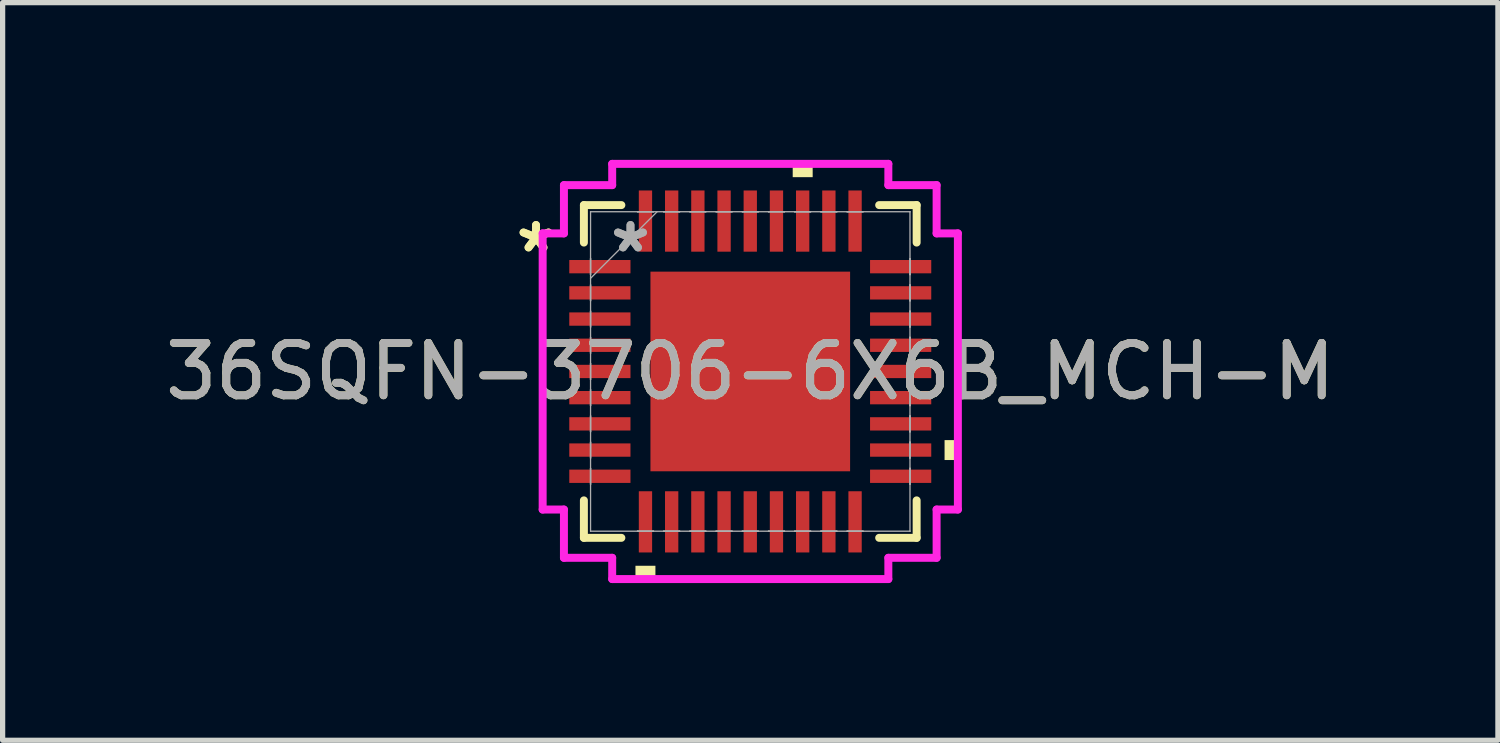
<source format=kicad_pcb>
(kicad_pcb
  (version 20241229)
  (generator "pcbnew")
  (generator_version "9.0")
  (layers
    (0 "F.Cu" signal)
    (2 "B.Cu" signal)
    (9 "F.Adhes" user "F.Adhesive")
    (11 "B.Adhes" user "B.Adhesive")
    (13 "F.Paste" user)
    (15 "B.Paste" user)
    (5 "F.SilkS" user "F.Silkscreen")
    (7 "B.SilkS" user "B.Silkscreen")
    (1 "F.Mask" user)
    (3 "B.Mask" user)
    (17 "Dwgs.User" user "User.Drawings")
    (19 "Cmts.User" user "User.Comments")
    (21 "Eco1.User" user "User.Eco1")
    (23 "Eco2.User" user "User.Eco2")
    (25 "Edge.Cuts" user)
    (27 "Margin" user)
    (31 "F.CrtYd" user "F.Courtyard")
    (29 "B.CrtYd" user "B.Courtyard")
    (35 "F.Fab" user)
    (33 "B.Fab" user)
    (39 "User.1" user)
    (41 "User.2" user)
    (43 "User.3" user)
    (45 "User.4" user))
  (footprint "36SQFN-3706-6X6B_MCH-M"
    (layer "F.Cu")
    (at 11.268 4.039)
    (property "Reference" "36SQFN-3706-6X6B_MCH-M" (at 0 0 0) (unlocked yes) (layer "F.SilkS") (effects (font (size 1 1) (thickness 0.15))))
    (attr smd)
    (fp_line (start -3.175 -3.175) (end -3.175 -2.46) (stroke (width 0.152) (type solid)) (layer "F.SilkS"))
    (fp_line (start -3.175 2.46) (end -3.175 3.175) (stroke (width 0.152) (type solid)) (layer "F.SilkS"))
    (fp_line (start -3.175 3.175) (end -2.46 3.175) (stroke (width 0.152) (type solid)) (layer "F.SilkS"))
    (fp_line (start -2.46 -3.175) (end -3.175 -3.175) (stroke (width 0.152) (type solid)) (layer "F.SilkS"))
    (fp_line (start 2.46 3.175) (end 3.175 3.175) (stroke (width 0.152) (type solid)) (layer "F.SilkS"))
    (fp_line (start 3.175 -3.175) (end 2.46 -3.175) (stroke (width 0.152) (type solid)) (layer "F.SilkS"))
    (fp_line (start 3.175 -2.46) (end 3.175 -3.175) (stroke (width 0.152) (type solid)) (layer "F.SilkS"))
    (fp_line (start 3.175 3.175) (end 3.175 2.46) (stroke (width 0.152) (type solid)) (layer "F.SilkS"))
    (fp_poly (pts (xy -2.191 3.708) (xy -2.191 3.962) (xy -1.81 3.962) (xy -1.81 3.708)) (stroke (width 0) (type solid)) (fill yes) (layer "F.SilkS"))
    (fp_poly (pts (xy 0.81 -3.708) (xy 0.81 -3.962) (xy 1.191 -3.962) (xy 1.191 -3.708)) (stroke (width 0) (type solid)) (fill yes) (layer "F.SilkS"))
    (fp_poly (pts (xy 3.962 1.31) (xy 3.962 1.69) (xy 3.708 1.69) (xy 3.708 1.31)) (stroke (width 0) (type solid)) (fill yes) (layer "F.SilkS"))
    (fp_poly (pts (xy -1.805 -1.805) (xy -1.805 -0.735) (xy -0.735 -0.735) (xy -0.735 -1.805)) (stroke (width 0) (type solid)) (fill yes) (layer "F.Paste"))
    (fp_poly (pts (xy -1.805 -0.535) (xy -1.805 0.535) (xy -0.735 0.535) (xy -0.735 -0.535)) (stroke (width 0) (type solid)) (fill yes) (layer "F.Paste"))
    (fp_poly (pts (xy -1.805 0.735) (xy -1.805 1.805) (xy -0.735 1.805) (xy -0.735 0.735)) (stroke (width 0) (type solid)) (fill yes) (layer "F.Paste"))
    (fp_poly (pts (xy -0.535 -1.805) (xy -0.535 -0.735) (xy 0.535 -0.735) (xy 0.535 -1.805)) (stroke (width 0) (type solid)) (fill yes) (layer "F.Paste"))
    (fp_poly (pts (xy -0.535 -0.535) (xy -0.535 0.535) (xy 0.535 0.535) (xy 0.535 -0.535)) (stroke (width 0) (type solid)) (fill yes) (layer "F.Paste"))
    (fp_poly (pts (xy -0.535 0.735) (xy -0.535 1.805) (xy 0.535 1.805) (xy 0.535 0.735)) (stroke (width 0) (type solid)) (fill yes) (layer "F.Paste"))
    (fp_poly (pts (xy 0.735 -1.805) (xy 0.735 -0.735) (xy 1.805 -0.735) (xy 1.805 -1.805)) (stroke (width 0) (type solid)) (fill yes) (layer "F.Paste"))
    (fp_poly (pts (xy 0.735 -0.535) (xy 0.735 0.535) (xy 1.805 0.535) (xy 1.805 -0.535)) (stroke (width 0) (type solid)) (fill yes) (layer "F.Paste"))
    (fp_poly (pts (xy 0.735 0.735) (xy 0.735 1.805) (xy 1.805 1.805) (xy 1.805 0.735)) (stroke (width 0) (type solid)) (fill yes) (layer "F.Paste"))
    (fp_line (start -3.962 -2.635) (end -3.556 -2.635) (stroke (width 0.152) (type solid)) (layer "F.CrtYd"))
    (fp_line (start -3.962 2.635) (end -3.962 -2.635) (stroke (width 0.152) (type solid)) (layer "F.CrtYd"))
    (fp_line (start -3.556 -3.556) (end -2.635 -3.556) (stroke (width 0.152) (type solid)) (layer "F.CrtYd"))
    (fp_line (start -3.556 -2.635) (end -3.556 -3.556) (stroke (width 0.152) (type solid)) (layer "F.CrtYd"))
    (fp_line (start -3.556 2.635) (end -3.962 2.635) (stroke (width 0.152) (type solid)) (layer "F.CrtYd"))
    (fp_line (start -3.556 3.556) (end -3.556 2.635) (stroke (width 0.152) (type solid)) (layer "F.CrtYd"))
    (fp_line (start -2.635 -3.962) (end 2.635 -3.962) (stroke (width 0.152) (type solid)) (layer "F.CrtYd"))
    (fp_line (start -2.635 -3.556) (end -2.635 -3.962) (stroke (width 0.152) (type solid)) (layer "F.CrtYd"))
    (fp_line (start -2.635 3.556) (end -3.556 3.556) (stroke (width 0.152) (type solid)) (layer "F.CrtYd"))
    (fp_line (start -2.635 3.962) (end -2.635 3.556) (stroke (width 0.152) (type solid)) (layer "F.CrtYd"))
    (fp_line (start 2.635 -3.962) (end 2.635 -3.556) (stroke (width 0.152) (type solid)) (layer "F.CrtYd"))
    (fp_line (start 2.635 -3.556) (end 3.556 -3.556) (stroke (width 0.152) (type solid)) (layer "F.CrtYd"))
    (fp_line (start 2.635 3.556) (end 2.635 3.962) (stroke (width 0.152) (type solid)) (layer "F.CrtYd"))
    (fp_line (start 2.635 3.962) (end -2.635 3.962) (stroke (width 0.152) (type solid)) (layer "F.CrtYd"))
    (fp_line (start 3.556 -3.556) (end 3.556 -2.635) (stroke (width 0.152) (type solid)) (layer "F.CrtYd"))
    (fp_line (start 3.556 -2.635) (end 3.962 -2.635) (stroke (width 0.152) (type solid)) (layer "F.CrtYd"))
    (fp_line (start 3.556 2.635) (end 3.556 3.556) (stroke (width 0.152) (type solid)) (layer "F.CrtYd"))
    (fp_line (start 3.556 3.556) (end 2.635 3.556) (stroke (width 0.152) (type solid)) (layer "F.CrtYd"))
    (fp_line (start 3.962 -2.635) (end 3.962 2.635) (stroke (width 0.152) (type solid)) (layer "F.CrtYd"))
    (fp_line (start 3.962 2.635) (end 3.556 2.635) (stroke (width 0.152) (type solid)) (layer "F.CrtYd"))
    (fp_line (start -3.048 -3.048) (end -3.048 -3.048) (stroke (width 0.025) (type solid)) (layer "F.Fab"))
    (fp_line (start -3.048 -3.048) (end -3.048 3.048) (stroke (width 0.025) (type solid)) (layer "F.Fab"))
    (fp_line (start -3.048 -2.152) (end -3.048 -2.152) (stroke (width 0.025) (type solid)) (layer "F.Fab"))
    (fp_line (start -3.048 -2.152) (end -3.048 -1.848) (stroke (width 0.025) (type solid)) (layer "F.Fab"))
    (fp_line (start -3.048 -1.848) (end -3.048 -2.152) (stroke (width 0.025) (type solid)) (layer "F.Fab"))
    (fp_line (start -3.048 -1.848) (end -3.048 -1.848) (stroke (width 0.025) (type solid)) (layer "F.Fab"))
    (fp_line (start -3.048 -1.778) (end -1.778 -3.048) (stroke (width 0.025) (type solid)) (layer "F.Fab"))
    (fp_line (start -3.048 -1.652) (end -3.048 -1.652) (stroke (width 0.025) (type solid)) (layer "F.Fab"))
    (fp_line (start -3.048 -1.652) (end -3.048 -1.348) (stroke (width 0.025) (type solid)) (layer "F.Fab"))
    (fp_line (start -3.048 -1.348) (end -3.048 -1.652) (stroke (width 0.025) (type solid)) (layer "F.Fab"))
    (fp_line (start -3.048 -1.348) (end -3.048 -1.348) (stroke (width 0.025) (type solid)) (layer "F.Fab"))
    (fp_line (start -3.048 -1.152) (end -3.048 -1.152) (stroke (width 0.025) (type solid)) (layer "F.Fab"))
    (fp_line (start -3.048 -1.152) (end -3.048 -0.848) (stroke (width 0.025) (type solid)) (layer "F.Fab"))
    (fp_line (start -3.048 -0.848) (end -3.048 -1.152) (stroke (width 0.025) (type solid)) (layer "F.Fab"))
    (fp_line (start -3.048 -0.848) (end -3.048 -0.848) (stroke (width 0.025) (type solid)) (layer "F.Fab"))
    (fp_line (start -3.048 -0.652) (end -3.048 -0.652) (stroke (width 0.025) (type solid)) (layer "F.Fab"))
    (fp_line (start -3.048 -0.652) (end -3.048 -0.348) (stroke (width 0.025) (type solid)) (layer "F.Fab"))
    (fp_line (start -3.048 -0.348) (end -3.048 -0.652) (stroke (width 0.025) (type solid)) (layer "F.Fab"))
    (fp_line (start -3.048 -0.348) (end -3.048 -0.348) (stroke (width 0.025) (type solid)) (layer "F.Fab"))
    (fp_line (start -3.048 -0.152) (end -3.048 -0.152) (stroke (width 0.025) (type solid)) (layer "F.Fab"))
    (fp_line (start -3.048 -0.152) (end -3.048 0.152) (stroke (width 0.025) (type solid)) (layer "F.Fab"))
    (fp_line (start -3.048 0.152) (end -3.048 -0.152) (stroke (width 0.025) (type solid)) (layer "F.Fab"))
    (fp_line (start -3.048 0.152) (end -3.048 0.152) (stroke (width 0.025) (type solid)) (layer "F.Fab"))
    (fp_line (start -3.048 0.348) (end -3.048 0.348) (stroke (width 0.025) (type solid)) (layer "F.Fab"))
    (fp_line (start -3.048 0.348) (end -3.048 0.652) (stroke (width 0.025) (type solid)) (layer "F.Fab"))
    (fp_line (start -3.048 0.652) (end -3.048 0.348) (stroke (width 0.025) (type solid)) (layer "F.Fab"))
    (fp_line (start -3.048 0.652) (end -3.048 0.652) (stroke (width 0.025) (type solid)) (layer "F.Fab"))
    (fp_line (start -3.048 0.848) (end -3.048 0.848) (stroke (width 0.025) (type solid)) (layer "F.Fab"))
    (fp_line (start -3.048 0.848) (end -3.048 1.152) (stroke (width 0.025) (type solid)) (layer "F.Fab"))
    (fp_line (start -3.048 1.152) (end -3.048 0.848) (stroke (width 0.025) (type solid)) (layer "F.Fab"))
    (fp_line (start -3.048 1.152) (end -3.048 1.152) (stroke (width 0.025) (type solid)) (layer "F.Fab"))
    (fp_line (start -3.048 1.348) (end -3.048 1.348) (stroke (width 0.025) (type solid)) (layer "F.Fab"))
    (fp_line (start -3.048 1.348) (end -3.048 1.652) (stroke (width 0.025) (type solid)) (layer "F.Fab"))
    (fp_line (start -3.048 1.652) (end -3.048 1.348) (stroke (width 0.025) (type solid)) (layer "F.Fab"))
    (fp_line (start -3.048 1.652) (end -3.048 1.652) (stroke (width 0.025) (type solid)) (layer "F.Fab"))
    (fp_line (start -3.048 1.848) (end -3.048 1.848) (stroke (width 0.025) (type solid)) (layer "F.Fab"))
    (fp_line (start -3.048 1.848) (end -3.048 2.152) (stroke (width 0.025) (type solid)) (layer "F.Fab"))
    (fp_line (start -3.048 2.152) (end -3.048 1.848) (stroke (width 0.025) (type solid)) (layer "F.Fab"))
    (fp_line (start -3.048 2.152) (end -3.048 2.152) (stroke (width 0.025) (type solid)) (layer "F.Fab"))
    (fp_line (start -3.048 3.048) (end -3.048 3.048) (stroke (width 0.025) (type solid)) (layer "F.Fab"))
    (fp_line (start -3.048 3.048) (end 3.048 3.048) (stroke (width 0.025) (type solid)) (layer "F.Fab"))
    (fp_line (start -2.152 -3.048) (end -2.152 -3.048) (stroke (width 0.025) (type solid)) (layer "F.Fab"))
    (fp_line (start -2.152 -3.048) (end -1.848 -3.048) (stroke (width 0.025) (type solid)) (layer "F.Fab"))
    (fp_line (start -2.152 3.048) (end -2.152 3.048) (stroke (width 0.025) (type solid)) (layer "F.Fab"))
    (fp_line (start -2.152 3.048) (end -1.848 3.048) (stroke (width 0.025) (type solid)) (layer "F.Fab"))
    (fp_line (start -1.848 -3.048) (end -2.152 -3.048) (stroke (width 0.025) (type solid)) (layer "F.Fab"))
    (fp_line (start -1.848 -3.048) (end -1.848 -3.048) (stroke (width 0.025) (type solid)) (layer "F.Fab"))
    (fp_line (start -1.848 3.048) (end -2.152 3.048) (stroke (width 0.025) (type solid)) (layer "F.Fab"))
    (fp_line (start -1.848 3.048) (end -1.848 3.048) (stroke (width 0.025) (type solid)) (layer "F.Fab"))
    (fp_line (start -1.652 -3.048) (end -1.652 -3.048) (stroke (width 0.025) (type solid)) (layer "F.Fab"))
    (fp_line (start -1.652 -3.048) (end -1.348 -3.048) (stroke (width 0.025) (type solid)) (layer "F.Fab"))
    (fp_line (start -1.652 3.048) (end -1.652 3.048) (stroke (width 0.025) (type solid)) (layer "F.Fab"))
    (fp_line (start -1.652 3.048) (end -1.348 3.048) (stroke (width 0.025) (type solid)) (layer "F.Fab"))
    (fp_line (start -1.348 -3.048) (end -1.652 -3.048) (stroke (width 0.025) (type solid)) (layer "F.Fab"))
    (fp_line (start -1.348 -3.048) (end -1.348 -3.048) (stroke (width 0.025) (type solid)) (layer "F.Fab"))
    (fp_line (start -1.348 3.048) (end -1.652 3.048) (stroke (width 0.025) (type solid)) (layer "F.Fab"))
    (fp_line (start -1.348 3.048) (end -1.348 3.048) (stroke (width 0.025) (type solid)) (layer "F.Fab"))
    (fp_line (start -1.152 -3.048) (end -1.152 -3.048) (stroke (width 0.025) (type solid)) (layer "F.Fab"))
    (fp_line (start -1.152 -3.048) (end -0.848 -3.048) (stroke (width 0.025) (type solid)) (layer "F.Fab"))
    (fp_line (start -1.152 3.048) (end -1.152 3.048) (stroke (width 0.025) (type solid)) (layer "F.Fab"))
    (fp_line (start -1.152 3.048) (end -0.848 3.048) (stroke (width 0.025) (type solid)) (layer "F.Fab"))
    (fp_line (start -0.848 -3.048) (end -1.152 -3.048) (stroke (width 0.025) (type solid)) (layer "F.Fab"))
    (fp_line (start -0.848 -3.048) (end -0.848 -3.048) (stroke (width 0.025) (type solid)) (layer "F.Fab"))
    (fp_line (start -0.848 3.048) (end -1.152 3.048) (stroke (width 0.025) (type solid)) (layer "F.Fab"))
    (fp_line (start -0.848 3.048) (end -0.848 3.048) (stroke (width 0.025) (type solid)) (layer "F.Fab"))
    (fp_line (start -0.652 -3.048) (end -0.652 -3.048) (stroke (width 0.025) (type solid)) (layer "F.Fab"))
    (fp_line (start -0.652 -3.048) (end -0.348 -3.048) (stroke (width 0.025) (type solid)) (layer "F.Fab"))
    (fp_line (start -0.652 3.048) (end -0.652 3.048) (stroke (width 0.025) (type solid)) (layer "F.Fab"))
    (fp_line (start -0.652 3.048) (end -0.348 3.048) (stroke (width 0.025) (type solid)) (layer "F.Fab"))
    (fp_line (start -0.348 -3.048) (end -0.652 -3.048) (stroke (width 0.025) (type solid)) (layer "F.Fab"))
    (fp_line (start -0.348 -3.048) (end -0.348 -3.048) (stroke (width 0.025) (type solid)) (layer "F.Fab"))
    (fp_line (start -0.348 3.048) (end -0.652 3.048) (stroke (width 0.025) (type solid)) (layer "F.Fab"))
    (fp_line (start -0.348 3.048) (end -0.348 3.048) (stroke (width 0.025) (type solid)) (layer "F.Fab"))
    (fp_line (start -0.152 -3.048) (end -0.152 -3.048) (stroke (width 0.025) (type solid)) (layer "F.Fab"))
    (fp_line (start -0.152 -3.048) (end 0.152 -3.048) (stroke (width 0.025) (type solid)) (layer "F.Fab"))
    (fp_line (start -0.152 3.048) (end -0.152 3.048) (stroke (width 0.025) (type solid)) (layer "F.Fab"))
    (fp_line (start -0.152 3.048) (end 0.152 3.048) (stroke (width 0.025) (type solid)) (layer "F.Fab"))
    (fp_line (start 0.152 -3.048) (end -0.152 -3.048) (stroke (width 0.025) (type solid)) (layer "F.Fab"))
    (fp_line (start 0.152 -3.048) (end 0.152 -3.048) (stroke (width 0.025) (type solid)) (layer "F.Fab"))
    (fp_line (start 0.152 3.048) (end -0.152 3.048) (stroke (width 0.025) (type solid)) (layer "F.Fab"))
    (fp_line (start 0.152 3.048) (end 0.152 3.048) (stroke (width 0.025) (type solid)) (layer "F.Fab"))
    (fp_line (start 0.348 -3.048) (end 0.348 -3.048) (stroke (width 0.025) (type solid)) (layer "F.Fab"))
    (fp_line (start 0.348 -3.048) (end 0.652 -3.048) (stroke (width 0.025) (type solid)) (layer "F.Fab"))
    (fp_line (start 0.348 3.048) (end 0.348 3.048) (stroke (width 0.025) (type solid)) (layer "F.Fab"))
    (fp_line (start 0.348 3.048) (end 0.652 3.048) (stroke (width 0.025) (type solid)) (layer "F.Fab"))
    (fp_line (start 0.652 -3.048) (end 0.348 -3.048) (stroke (width 0.025) (type solid)) (layer "F.Fab"))
    (fp_line (start 0.652 -3.048) (end 0.652 -3.048) (stroke (width 0.025) (type solid)) (layer "F.Fab"))
    (fp_line (start 0.652 3.048) (end 0.348 3.048) (stroke (width 0.025) (type solid)) (layer "F.Fab"))
    (fp_line (start 0.652 3.048) (end 0.652 3.048) (stroke (width 0.025) (type solid)) (layer "F.Fab"))
    (fp_line (start 0.848 -3.048) (end 0.848 -3.048) (stroke (width 0.025) (type solid)) (layer "F.Fab"))
    (fp_line (start 0.848 -3.048) (end 1.152 -3.048) (stroke (width 0.025) (type solid)) (layer "F.Fab"))
    (fp_line (start 0.848 3.048) (end 0.848 3.048) (stroke (width 0.025) (type solid)) (layer "F.Fab"))
    (fp_line (start 0.848 3.048) (end 1.152 3.048) (stroke (width 0.025) (type solid)) (layer "F.Fab"))
    (fp_line (start 1.152 -3.048) (end 0.848 -3.048) (stroke (width 0.025) (type solid)) (layer "F.Fab"))
    (fp_line (start 1.152 -3.048) (end 1.152 -3.048) (stroke (width 0.025) (type solid)) (layer "F.Fab"))
    (fp_line (start 1.152 3.048) (end 0.848 3.048) (stroke (width 0.025) (type solid)) (layer "F.Fab"))
    (fp_line (start 1.152 3.048) (end 1.152 3.048) (stroke (width 0.025) (type solid)) (layer "F.Fab"))
    (fp_line (start 1.348 -3.048) (end 1.348 -3.048) (stroke (width 0.025) (type solid)) (layer "F.Fab"))
    (fp_line (start 1.348 -3.048) (end 1.652 -3.048) (stroke (width 0.025) (type solid)) (layer "F.Fab"))
    (fp_line (start 1.348 3.048) (end 1.348 3.048) (stroke (width 0.025) (type solid)) (layer "F.Fab"))
    (fp_line (start 1.348 3.048) (end 1.652 3.048) (stroke (width 0.025) (type solid)) (layer "F.Fab"))
    (fp_line (start 1.652 -3.048) (end 1.348 -3.048) (stroke (width 0.025) (type solid)) (layer "F.Fab"))
    (fp_line (start 1.652 -3.048) (end 1.652 -3.048) (stroke (width 0.025) (type solid)) (layer "F.Fab"))
    (fp_line (start 1.652 3.048) (end 1.348 3.048) (stroke (width 0.025) (type solid)) (layer "F.Fab"))
    (fp_line (start 1.652 3.048) (end 1.652 3.048) (stroke (width 0.025) (type solid)) (layer "F.Fab"))
    (fp_line (start 1.848 -3.048) (end 1.848 -3.048) (stroke (width 0.025) (type solid)) (layer "F.Fab"))
    (fp_line (start 1.848 -3.048) (end 2.152 -3.048) (stroke (width 0.025) (type solid)) (layer "F.Fab"))
    (fp_line (start 1.848 3.048) (end 1.848 3.048) (stroke (width 0.025) (type solid)) (layer "F.Fab"))
    (fp_line (start 1.848 3.048) (end 2.152 3.048) (stroke (width 0.025) (type solid)) (layer "F.Fab"))
    (fp_line (start 2.152 -3.048) (end 1.848 -3.048) (stroke (width 0.025) (type solid)) (layer "F.Fab"))
    (fp_line (start 2.152 -3.048) (end 2.152 -3.048) (stroke (width 0.025) (type solid)) (layer "F.Fab"))
    (fp_line (start 2.152 3.048) (end 1.848 3.048) (stroke (width 0.025) (type solid)) (layer "F.Fab"))
    (fp_line (start 2.152 3.048) (end 2.152 3.048) (stroke (width 0.025) (type solid)) (layer "F.Fab"))
    (fp_line (start 3.048 -3.048) (end -3.048 -3.048) (stroke (width 0.025) (type solid)) (layer "F.Fab"))
    (fp_line (start 3.048 -3.048) (end 3.048 -3.048) (stroke (width 0.025) (type solid)) (layer "F.Fab"))
    (fp_line (start 3.048 -2.152) (end 3.048 -2.152) (stroke (width 0.025) (type solid)) (layer "F.Fab"))
    (fp_line (start 3.048 -2.152) (end 3.048 -1.848) (stroke (width 0.025) (type solid)) (layer "F.Fab"))
    (fp_line (start 3.048 -1.848) (end 3.048 -2.152) (stroke (width 0.025) (type solid)) (layer "F.Fab"))
    (fp_line (start 3.048 -1.848) (end 3.048 -1.848) (stroke (width 0.025) (type solid)) (layer "F.Fab"))
    (fp_line (start 3.048 -1.652) (end 3.048 -1.652) (stroke (width 0.025) (type solid)) (layer "F.Fab"))
    (fp_line (start 3.048 -1.652) (end 3.048 -1.348) (stroke (width 0.025) (type solid)) (layer "F.Fab"))
    (fp_line (start 3.048 -1.348) (end 3.048 -1.652) (stroke (width 0.025) (type solid)) (layer "F.Fab"))
    (fp_line (start 3.048 -1.348) (end 3.048 -1.348) (stroke (width 0.025) (type solid)) (layer "F.Fab"))
    (fp_line (start 3.048 -1.152) (end 3.048 -1.152) (stroke (width 0.025) (type solid)) (layer "F.Fab"))
    (fp_line (start 3.048 -1.152) (end 3.048 -0.848) (stroke (width 0.025) (type solid)) (layer "F.Fab"))
    (fp_line (start 3.048 -0.848) (end 3.048 -1.152) (stroke (width 0.025) (type solid)) (layer "F.Fab"))
    (fp_line (start 3.048 -0.848) (end 3.048 -0.848) (stroke (width 0.025) (type solid)) (layer "F.Fab"))
    (fp_line (start 3.048 -0.652) (end 3.048 -0.652) (stroke (width 0.025) (type solid)) (layer "F.Fab"))
    (fp_line (start 3.048 -0.652) (end 3.048 -0.348) (stroke (width 0.025) (type solid)) (layer "F.Fab"))
    (fp_line (start 3.048 -0.348) (end 3.048 -0.652) (stroke (width 0.025) (type solid)) (layer "F.Fab"))
    (fp_line (start 3.048 -0.348) (end 3.048 -0.348) (stroke (width 0.025) (type solid)) (layer "F.Fab"))
    (fp_line (start 3.048 -0.152) (end 3.048 -0.152) (stroke (width 0.025) (type solid)) (layer "F.Fab"))
    (fp_line (start 3.048 -0.152) (end 3.048 0.152) (stroke (width 0.025) (type solid)) (layer "F.Fab"))
    (fp_line (start 3.048 0.152) (end 3.048 -0.152) (stroke (width 0.025) (type solid)) (layer "F.Fab"))
    (fp_line (start 3.048 0.152) (end 3.048 0.152) (stroke (width 0.025) (type solid)) (layer "F.Fab"))
    (fp_line (start 3.048 0.348) (end 3.048 0.348) (stroke (width 0.025) (type solid)) (layer "F.Fab"))
    (fp_line (start 3.048 0.348) (end 3.048 0.652) (stroke (width 0.025) (type solid)) (layer "F.Fab"))
    (fp_line (start 3.048 0.652) (end 3.048 0.348) (stroke (width 0.025) (type solid)) (layer "F.Fab"))
    (fp_line (start 3.048 0.652) (end 3.048 0.652) (stroke (width 0.025) (type solid)) (layer "F.Fab"))
    (fp_line (start 3.048 0.848) (end 3.048 0.848) (stroke (width 0.025) (type solid)) (layer "F.Fab"))
    (fp_line (start 3.048 0.848) (end 3.048 1.152) (stroke (width 0.025) (type solid)) (layer "F.Fab"))
    (fp_line (start 3.048 1.152) (end 3.048 0.848) (stroke (width 0.025) (type solid)) (layer "F.Fab"))
    (fp_line (start 3.048 1.152) (end 3.048 1.152) (stroke (width 0.025) (type solid)) (layer "F.Fab"))
    (fp_line (start 3.048 1.348) (end 3.048 1.348) (stroke (width 0.025) (type solid)) (layer "F.Fab"))
    (fp_line (start 3.048 1.348) (end 3.048 1.652) (stroke (width 0.025) (type solid)) (layer "F.Fab"))
    (fp_line (start 3.048 1.652) (end 3.048 1.348) (stroke (width 0.025) (type solid)) (layer "F.Fab"))
    (fp_line (start 3.048 1.652) (end 3.048 1.652) (stroke (width 0.025) (type solid)) (layer "F.Fab"))
    (fp_line (start 3.048 1.848) (end 3.048 1.848) (stroke (width 0.025) (type solid)) (layer "F.Fab"))
    (fp_line (start 3.048 1.848) (end 3.048 2.152) (stroke (width 0.025) (type solid)) (layer "F.Fab"))
    (fp_line (start 3.048 2.152) (end 3.048 1.848) (stroke (width 0.025) (type solid)) (layer "F.Fab"))
    (fp_line (start 3.048 2.152) (end 3.048 2.152) (stroke (width 0.025) (type solid)) (layer "F.Fab"))
    (fp_line (start 3.048 3.048) (end 3.048 -3.048) (stroke (width 0.025) (type solid)) (layer "F.Fab"))
    (fp_line (start 3.048 3.048) (end 3.048 3.048) (stroke (width 0.025) (type solid)) (layer "F.Fab"))
    (fp_text user "*" (at -4.089 -2.25 0) (unlocked yes) (layer "F.SilkS") (effects (font (size 1 1) (thickness 0.15))))
    (fp_text user "*" (at -4.089 -2.25 0) (layer "F.SilkS") (effects (font (size 1 1) (thickness 0.15))))
    (fp_text user "${REFERENCE}" (at 0 0 0) (unlocked yes) (layer "F.Fab") (effects (font (size 1 1) (thickness 0.15))))
    (fp_text user "*" (at -2.286 -2.25 0) (unlocked yes) (layer "F.Fab") (effects (font (size 1 1) (thickness 0.15))))
    (fp_text user "*" (at -2.286 -2.25 0) (layer "F.Fab") (effects (font (size 1 1) (thickness 0.15))))
    (pad "1" smd rect (at -2.87 -2 90) (size 0.254 1.168) (layers "F.Cu" "F.Mask" "F.Paste"))
    (pad "2" smd rect (at -2.87 -1.5 90) (size 0.254 1.168) (layers "F.Cu" "F.Mask" "F.Paste"))
    (pad "3" smd rect (at -2.87 -1 90) (size 0.254 1.168) (layers "F.Cu" "F.Mask" "F.Paste"))
    (pad "4" smd rect (at -2.87 -0.5 90) (size 0.254 1.168) (layers "F.Cu" "F.Mask" "F.Paste"))
    (pad "5" smd rect (at -2.87 0 90) (size 0.254 1.168) (layers "F.Cu" "F.Mask" "F.Paste"))
    (pad "6" smd rect (at -2.87 0.5 90) (size 0.254 1.168) (layers "F.Cu" "F.Mask" "F.Paste"))
    (pad "7" smd rect (at -2.87 1 90) (size 0.254 1.168) (layers "F.Cu" "F.Mask" "F.Paste"))
    (pad "8" smd rect (at -2.87 1.5 90) (size 0.254 1.168) (layers "F.Cu" "F.Mask" "F.Paste"))
    (pad "9" smd rect (at -2.87 2 90) (size 0.254 1.168) (layers "F.Cu" "F.Mask" "F.Paste"))
    (pad "10" smd rect (at -2 2.87) (size 0.254 1.168) (layers "F.Cu" "F.Mask" "F.Paste"))
    (pad "11" smd rect (at -1.5 2.87) (size 0.254 1.168) (layers "F.Cu" "F.Mask" "F.Paste"))
    (pad "12" smd rect (at -1 2.87) (size 0.254 1.168) (layers "F.Cu" "F.Mask" "F.Paste"))
    (pad "13" smd rect (at -0.5 2.87) (size 0.254 1.168) (layers "F.Cu" "F.Mask" "F.Paste"))
    (pad "14" smd rect (at 0 2.87) (size 0.254 1.168) (layers "F.Cu" "F.Mask" "F.Paste"))
    (pad "15" smd rect (at 0.5 2.87) (size 0.254 1.168) (layers "F.Cu" "F.Mask" "F.Paste"))
    (pad "16" smd rect (at 1 2.87) (size 0.254 1.168) (layers "F.Cu" "F.Mask" "F.Paste"))
    (pad "17" smd rect (at 1.5 2.87) (size 0.254 1.168) (layers "F.Cu" "F.Mask" "F.Paste"))
    (pad "18" smd rect (at 2 2.87) (size 0.254 1.168) (layers "F.Cu" "F.Mask" "F.Paste"))
    (pad "19" smd rect (at 2.87 2 90) (size 0.254 1.168) (layers "F.Cu" "F.Mask" "F.Paste"))
    (pad "20" smd rect (at 2.87 1.5 90) (size 0.254 1.168) (layers "F.Cu" "F.Mask" "F.Paste"))
    (pad "21" smd rect (at 2.87 1 90) (size 0.254 1.168) (layers "F.Cu" "F.Mask" "F.Paste"))
    (pad "22" smd rect (at 2.87 0.5 90) (size 0.254 1.168) (layers "F.Cu" "F.Mask" "F.Paste"))
    (pad "23" smd rect (at 2.87 0 90) (size 0.254 1.168) (layers "F.Cu" "F.Mask" "F.Paste"))
    (pad "24" smd rect (at 2.87 -0.5 90) (size 0.254 1.168) (layers "F.Cu" "F.Mask" "F.Paste"))
    (pad "25" smd rect (at 2.87 -1 90) (size 0.254 1.168) (layers "F.Cu" "F.Mask" "F.Paste"))
    (pad "26" smd rect (at 2.87 -1.5 90) (size 0.254 1.168) (layers "F.Cu" "F.Mask" "F.Paste"))
    (pad "27" smd rect (at 2.87 -2 90) (size 0.254 1.168) (layers "F.Cu" "F.Mask" "F.Paste"))
    (pad "28" smd rect (at 2 -2.87) (size 0.254 1.168) (layers "F.Cu" "F.Mask" "F.Paste"))
    (pad "29" smd rect (at 1.5 -2.87) (size 0.254 1.168) (layers "F.Cu" "F.Mask" "F.Paste"))
    (pad "30" smd rect (at 1 -2.87) (size 0.254 1.168) (layers "F.Cu" "F.Mask" "F.Paste"))
    (pad "31" smd rect (at 0.5 -2.87) (size 0.254 1.168) (layers "F.Cu" "F.Mask" "F.Paste"))
    (pad "32" smd rect (at 0 -2.87) (size 0.254 1.168) (layers "F.Cu" "F.Mask" "F.Paste"))
    (pad "33" smd rect (at -0.5 -2.87) (size 0.254 1.168) (layers "F.Cu" "F.Mask" "F.Paste"))
    (pad "34" smd rect (at -1 -2.87) (size 0.254 1.168) (layers "F.Cu" "F.Mask" "F.Paste"))
    (pad "35" smd rect (at -1.5 -2.87) (size 0.254 1.168) (layers "F.Cu" "F.Mask" "F.Paste"))
    (pad "36" smd rect (at -2 -2.87) (size 0.254 1.168) (layers "F.Cu" "F.Mask" "F.Paste"))
    (pad "37" smd rect (at 0 0) (size 3.81 3.81) (layers "F.Cu" "F.Mask" "F.Paste")))
  (gr_rect
    (start -3 -3)
    (end 25.536 11.077)
    (stroke (width 0.1) (type default))
    (fill no)
    (layer "Edge.Cuts")))
</source>
